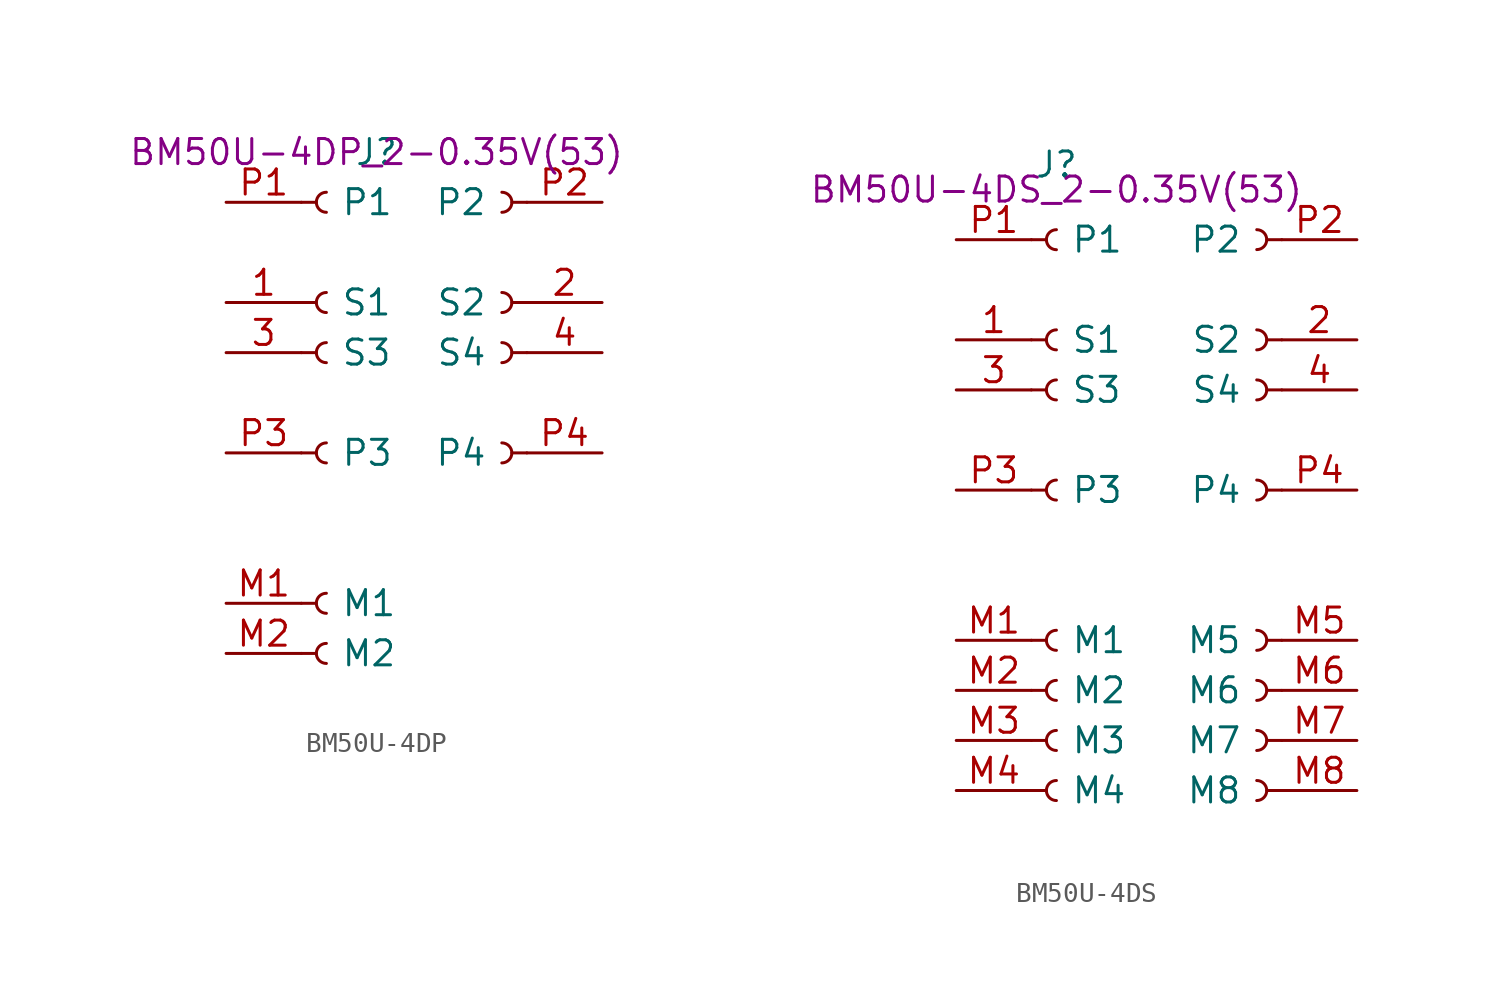
<source format=kicad_sym>
(kicad_symbol_lib
  (version 20220914)
  (generator kicad_symbol_editor)
  (symbol "BM50U-4DP"
    (pin_names
      (offset 2))
    (property "Reference" "J"
      (at 0 0 0)
      (effects (font (size 1.27 1.27))))
    (property "Value" ""
      (at 0 0 0)
      (effects (font (size 1.27 1.27))))
    (property "Mpn1" "BM50U-4DP_2-0.35V(53)"
      (at 0 0 0)
      (effects (font (size 1.27 1.27))))
    (symbol "BM50U-4DP_1_1"
      (arc (start -2.54 -24.892) (mid -3.0458 -25.4) (end -2.54 -25.908) (stroke (width 0.1524) (type default)) (fill (type none)))
      (arc (start -2.54 -22.352) (mid -3.0458 -22.86) (end -2.54 -23.368) (stroke (width 0.1524) (type default)) (fill (type none)))
      (arc (start -2.54 -14.732) (mid -3.0458 -15.24) (end -2.54 -15.748) (stroke (width 0.1524) (type default)) (fill (type none)))
      (arc (start -2.54 -9.652) (mid -3.0458 -10.16) (end -2.54 -10.668) (stroke (width 0.1524) (type default)) (fill (type none)))
      (arc (start -2.54 -7.112) (mid -3.0458 -7.62) (end -2.54 -8.128) (stroke (width 0.1524) (type default)) (fill (type none)))
      (arc (start -2.54 -2.032) (mid -3.0458 -2.54) (end -2.54 -3.048) (stroke (width 0.1524) (type default)) (fill (type none)))
      (polyline (pts (xy -3.81 -25.4) (xy -3.048 -25.4)) (stroke (width 0.152) (type default)) (fill (type none)))
      (polyline (pts (xy -3.81 -22.86) (xy -3.048 -22.86)) (stroke (width 0.152) (type default)) (fill (type none)))
      (polyline (pts (xy -3.81 -15.24) (xy -3.048 -15.24)) (stroke (width 0.152) (type default)) (fill (type none)))
      (polyline (pts (xy -3.81 -10.16) (xy -3.048 -10.16)) (stroke (width 0.152) (type default)) (fill (type none)))
      (polyline (pts (xy -3.81 -7.62) (xy -3.048 -7.62)) (stroke (width 0.152) (type default)) (fill (type none)))
      (polyline (pts (xy -3.81 -2.54) (xy -3.048 -2.54)) (stroke (width 0.152) (type default)) (fill (type none)))
      (polyline (pts (xy 7.62 -15.24) (xy 6.858 -15.24)) (stroke (width 0.152) (type default)) (fill (type none)))
      (polyline (pts (xy 7.62 -10.16) (xy 6.858 -10.16)) (stroke (width 0.152) (type default)) (fill (type none)))
      (polyline (pts (xy 7.62 -7.62) (xy 6.858 -7.62)) (stroke (width 0.152) (type default)) (fill (type none)))
      (polyline (pts (xy 7.622 -2.54) (xy 6.86 -2.54)) (stroke (width 0.152) (type default)) (fill (type none)))
      (arc (start 6.35 -15.748) (mid 6.856 -15.24) (end 6.35 -14.732) (stroke (width 0.1524) (type default)) (fill (type none)))
      (arc (start 6.35 -10.668) (mid 6.856 -10.16) (end 6.35 -9.652) (stroke (width 0.1524) (type default)) (fill (type none)))
      (arc (start 6.35 -8.128) (mid 6.856 -7.62) (end 6.35 -7.112) (stroke (width 0.1524) (type default)) (fill (type none)))
      (arc (start 6.352 -3.048) (mid 6.858 -2.54) (end 6.352 -2.032) (stroke (width 0.1524) (type default)) (fill (type none)))
      (pin passive line (at -7.62 -7.62 0) (length 3.81) (name "S1" (effects (font (size 1.27 1.27)))) (number "1" (effects (font (size 1.27 1.27)))))
      (pin passive line (at 11.43 -7.62 180) (length 3.81) (name "S2" (effects (font (size 1.27 1.27)))) (number "2" (effects (font (size 1.27 1.27)))))
      (pin passive line (at -7.62 -10.16 0) (length 3.81) (name "S3" (effects (font (size 1.27 1.27)))) (number "3" (effects (font (size 1.27 1.27)))))
      (pin passive line (at 11.43 -10.16 180) (length 3.81) (name "S4" (effects (font (size 1.27 1.27)))) (number "4" (effects (font (size 1.27 1.27)))))
      (pin passive line (at -7.62 -22.86 0) (length 3.81) (name "M1" (effects (font (size 1.27 1.27)))) (number "M1" (effects (font (size 1.27 1.27)))))
      (pin passive line (at -7.62 -25.4 0) (length 3.81) (name "M2" (effects (font (size 1.27 1.27)))) (number "M2" (effects (font (size 1.27 1.27)))))
      (pin passive line (at -7.62 -2.54 0) (length 3.81) (name "P1" (effects (font (size 1.27 1.27)))) (number "P1" (effects (font (size 1.27 1.27)))))
      (pin passive line (at 11.43 -2.54 180) (length 3.81) (name "P2" (effects (font (size 1.27 1.27)))) (number "P2" (effects (font (size 1.27 1.27)))))
      (pin passive line (at -7.62 -15.24 0) (length 3.81) (name "P3" (effects (font (size 1.27 1.27)))) (number "P3" (effects (font (size 1.27 1.27)))))
      (pin passive line (at 11.43 -15.24 180) (length 3.81) (name "P4" (effects (font (size 1.27 1.27)))) (number "P4" (effects (font (size 1.27 1.27)))))))
  (symbol "BM50U-4DS"
    (pin_names
      (offset 2))
    (property "Reference" "J"
      (at 0 1.27 0)
      (effects (font (size 1.27 1.27))))
    (property "Value" ""
      (at 0 0 0)
      (effects (font (size 1.27 1.27))))
    (property "Mpn1" "BM50U-4DS_2-0.35V(53)"
      (at 0 0 0)
      (effects (font (size 1.27 1.27))))
    (symbol "BM50U-4DS_1_1"
      (arc (start 0 -29.972) (mid -0.5058 -30.48) (end 0 -30.988) (stroke (width 0.1524) (type default)) (fill (type none)))
      (arc (start 0 -27.432) (mid -0.5058 -27.94) (end 0 -28.448) (stroke (width 0.1524) (type default)) (fill (type none)))
      (arc (start 0 -24.892) (mid -0.5058 -25.4) (end 0 -25.908) (stroke (width 0.1524) (type default)) (fill (type none)))
      (arc (start 0 -22.352) (mid -0.5058 -22.86) (end 0 -23.368) (stroke (width 0.1524) (type default)) (fill (type none)))
      (arc (start 0 -14.732) (mid -0.5058 -15.24) (end 0 -15.748) (stroke (width 0.1524) (type default)) (fill (type none)))
      (arc (start 0 -9.652) (mid -0.5058 -10.16) (end 0 -10.668) (stroke (width 0.1524) (type default)) (fill (type none)))
      (arc (start 0 -7.112) (mid -0.5058 -7.62) (end 0 -8.128) (stroke (width 0.1524) (type default)) (fill (type none)))
      (arc (start 0 -2.032) (mid -0.5058 -2.54) (end 0 -3.048) (stroke (width 0.1524) (type default)) (fill (type none)))
      (polyline (pts (xy -1.27 -30.48) (xy -0.508 -30.48)) (stroke (width 0.152) (type default)) (fill (type none)))
      (polyline (pts (xy -1.27 -27.94) (xy -0.508 -27.94)) (stroke (width 0.152) (type default)) (fill (type none)))
      (polyline (pts (xy -1.27 -25.4) (xy -0.508 -25.4)) (stroke (width 0.152) (type default)) (fill (type none)))
      (polyline (pts (xy -1.27 -22.86) (xy -0.508 -22.86)) (stroke (width 0.152) (type default)) (fill (type none)))
      (polyline (pts (xy -1.27 -15.24) (xy -0.508 -15.24)) (stroke (width 0.152) (type default)) (fill (type none)))
      (polyline (pts (xy -1.27 -10.16) (xy -0.508 -10.16)) (stroke (width 0.152) (type default)) (fill (type none)))
      (polyline (pts (xy -1.27 -7.62) (xy -0.508 -7.62)) (stroke (width 0.152) (type default)) (fill (type none)))
      (polyline (pts (xy -1.27 -2.54) (xy -0.508 -2.54)) (stroke (width 0.152) (type default)) (fill (type none)))
      (polyline (pts (xy 11.43 -30.48) (xy 10.668 -30.48)) (stroke (width 0.152) (type default)) (fill (type none)))
      (polyline (pts (xy 11.43 -27.94) (xy 10.668 -27.94)) (stroke (width 0.152) (type default)) (fill (type none)))
      (polyline (pts (xy 11.43 -25.4) (xy 10.668 -25.4)) (stroke (width 0.152) (type default)) (fill (type none)))
      (polyline (pts (xy 11.43 -22.86) (xy 10.668 -22.86)) (stroke (width 0.152) (type default)) (fill (type none)))
      (polyline (pts (xy 11.43 -15.24) (xy 10.668 -15.24)) (stroke (width 0.152) (type default)) (fill (type none)))
      (polyline (pts (xy 11.43 -10.16) (xy 10.668 -10.16)) (stroke (width 0.152) (type default)) (fill (type none)))
      (polyline (pts (xy 11.43 -7.62) (xy 10.668 -7.62)) (stroke (width 0.152) (type default)) (fill (type none)))
      (polyline (pts (xy 11.432 -2.54) (xy 10.67 -2.54)) (stroke (width 0.152) (type default)) (fill (type none)))
      (arc (start 10.16 -30.988) (mid 10.666 -30.48) (end 10.16 -29.972) (stroke (width 0.1524) (type default)) (fill (type none)))
      (arc (start 10.16 -28.448) (mid 10.666 -27.94) (end 10.16 -27.432) (stroke (width 0.1524) (type default)) (fill (type none)))
      (arc (start 10.16 -25.908) (mid 10.666 -25.4) (end 10.16 -24.892) (stroke (width 0.1524) (type default)) (fill (type none)))
      (arc (start 10.16 -23.368) (mid 10.666 -22.86) (end 10.16 -22.352) (stroke (width 0.1524) (type default)) (fill (type none)))
      (arc (start 10.16 -15.748) (mid 10.666 -15.24) (end 10.16 -14.732) (stroke (width 0.1524) (type default)) (fill (type none)))
      (arc (start 10.16 -10.668) (mid 10.666 -10.16) (end 10.16 -9.652) (stroke (width 0.1524) (type default)) (fill (type none)))
      (arc (start 10.16 -8.128) (mid 10.666 -7.62) (end 10.16 -7.112) (stroke (width 0.1524) (type default)) (fill (type none)))
      (arc (start 10.162 -3.048) (mid 10.668 -2.54) (end 10.162 -2.032) (stroke (width 0.1524) (type default)) (fill (type none)))
      (pin passive line (at -5.08 -7.62 0) (length 3.81) (name "S1" (effects (font (size 1.27 1.27)))) (number "1" (effects (font (size 1.27 1.27)))))
      (pin passive line (at 15.24 -7.62 180) (length 3.81) (name "S2" (effects (font (size 1.27 1.27)))) (number "2" (effects (font (size 1.27 1.27)))))
      (pin passive line (at -5.08 -10.16 0) (length 3.81) (name "S3" (effects (font (size 1.27 1.27)))) (number "3" (effects (font (size 1.27 1.27)))))
      (pin passive line (at 15.24 -10.16 180) (length 3.81) (name "S4" (effects (font (size 1.27 1.27)))) (number "4" (effects (font (size 1.27 1.27)))))
      (pin passive line (at -5.08 -22.86 0) (length 3.81) (name "M1" (effects (font (size 1.27 1.27)))) (number "M1" (effects (font (size 1.27 1.27)))))
      (pin passive line (at -5.08 -25.4 0) (length 3.81) (name "M2" (effects (font (size 1.27 1.27)))) (number "M2" (effects (font (size 1.27 1.27)))))
      (pin passive line (at -5.08 -27.94 0) (length 3.81) (name "M3" (effects (font (size 1.27 1.27)))) (number "M3" (effects (font (size 1.27 1.27)))))
      (pin passive line (at -5.08 -30.48 0) (length 3.81) (name "M4" (effects (font (size 1.27 1.27)))) (number "M4" (effects (font (size 1.27 1.27)))))
      (pin passive line (at 15.24 -22.86 180) (length 3.81) (name "M5" (effects (font (size 1.27 1.27)))) (number "M5" (effects (font (size 1.27 1.27)))))
      (pin passive line (at 15.24 -25.4 180) (length 3.81) (name "M6" (effects (font (size 1.27 1.27)))) (number "M6" (effects (font (size 1.27 1.27)))))
      (pin passive line (at 15.24 -27.94 180) (length 3.81) (name "M7" (effects (font (size 1.27 1.27)))) (number "M7" (effects (font (size 1.27 1.27)))))
      (pin passive line (at 15.24 -30.48 180) (length 3.81) (name "M8" (effects (font (size 1.27 1.27)))) (number "M8" (effects (font (size 1.27 1.27)))))
      (pin passive line (at -5.08 -2.54 0) (length 3.81) (name "P1" (effects (font (size 1.27 1.27)))) (number "P1" (effects (font (size 1.27 1.27)))))
      (pin passive line (at 15.24 -2.54 180) (length 3.81) (name "P2" (effects (font (size 1.27 1.27)))) (number "P2" (effects (font (size 1.27 1.27)))))
      (pin passive line (at -5.08 -15.24 0) (length 3.81) (name "P3" (effects (font (size 1.27 1.27)))) (number "P3" (effects (font (size 1.27 1.27)))))
      (pin passive line (at 15.24 -15.24 180) (length 3.81) (name "P4" (effects (font (size 1.27 1.27)))) (number "P4" (effects (font (size 1.27 1.27))))))))
</source>
